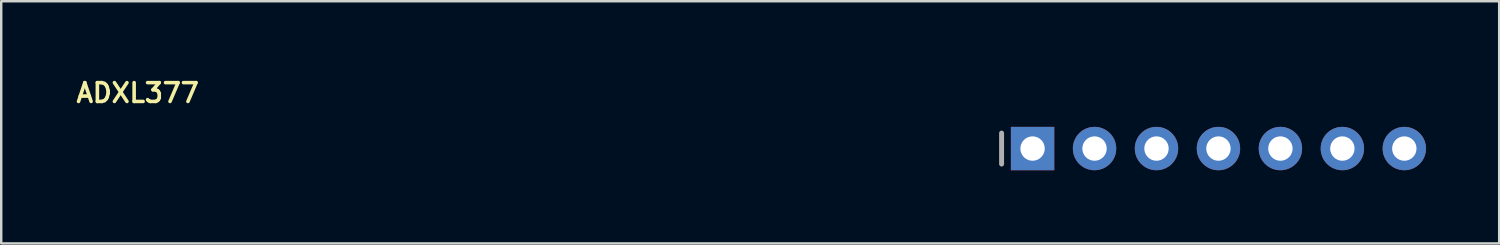
<source format=kicad_pcb>
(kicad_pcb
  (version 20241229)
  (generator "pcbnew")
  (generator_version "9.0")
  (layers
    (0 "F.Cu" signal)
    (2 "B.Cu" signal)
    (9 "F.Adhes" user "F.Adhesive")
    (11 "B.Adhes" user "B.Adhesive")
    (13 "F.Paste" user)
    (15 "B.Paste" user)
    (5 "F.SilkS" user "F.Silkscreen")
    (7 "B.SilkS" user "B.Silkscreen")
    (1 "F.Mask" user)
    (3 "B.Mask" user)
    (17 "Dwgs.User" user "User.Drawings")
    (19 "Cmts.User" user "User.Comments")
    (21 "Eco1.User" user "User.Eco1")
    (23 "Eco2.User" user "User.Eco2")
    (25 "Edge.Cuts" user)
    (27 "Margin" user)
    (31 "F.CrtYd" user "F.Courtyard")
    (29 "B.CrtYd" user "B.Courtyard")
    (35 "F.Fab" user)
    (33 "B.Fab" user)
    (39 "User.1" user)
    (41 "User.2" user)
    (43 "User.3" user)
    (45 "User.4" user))
  (footprint "ADXL377"
    (layer "F.Cu")
    (at 46.901 3.04)
    (property "Reference" "ADXL377" (at -46.901 -1.829 0) (layer "F.SilkS") (effects (font (size 0.772 0.772) (thickness 0.146)) (justify left bottom)))
    (attr through_hole)
    (fp_line (start -8.89 -0.635) (end -8.89 0.635) (stroke (width 0.203) (type solid)) (layer "F.Fab"))
    (fp_poly (pts (xy -7.874 0.254) (xy -7.366 0.254) (xy -7.366 -0.254) (xy -7.874 -0.254)) (stroke (width 0.1) (type solid)) (fill no) (layer "F.Fab"))
    (fp_poly (pts (xy -5.334 0.254) (xy -4.826 0.254) (xy -4.826 -0.254) (xy -5.334 -0.254)) (stroke (width 0.1) (type solid)) (fill no) (layer "F.Fab"))
    (fp_poly (pts (xy -2.794 0.254) (xy -2.286 0.254) (xy -2.286 -0.254) (xy -2.794 -0.254)) (stroke (width 0.1) (type solid)) (fill no) (layer "F.Fab"))
    (fp_poly (pts (xy -0.254 0.254) (xy 0.254 0.254) (xy 0.254 -0.254) (xy -0.254 -0.254)) (stroke (width 0.1) (type solid)) (fill no) (layer "F.Fab"))
    (fp_poly (pts (xy 2.286 0.254) (xy 2.794 0.254) (xy 2.794 -0.254) (xy 2.286 -0.254)) (stroke (width 0.1) (type solid)) (fill no) (layer "F.Fab"))
    (fp_poly (pts (xy 4.826 0.254) (xy 5.334 0.254) (xy 5.334 -0.254) (xy 4.826 -0.254)) (stroke (width 0.1) (type solid)) (fill no) (layer "F.Fab"))
    (fp_poly (pts (xy 7.366 0.254) (xy 7.874 0.254) (xy 7.874 -0.254) (xy 7.366 -0.254)) (stroke (width 0.1) (type solid)) (fill no) (layer "F.Fab"))
    (pad "1" thru_hole rect (at -7.62 0 90) (size 1.778 1.778) (drill 1) (layers "*.Cu" "*.Mask"))
    (pad "2" thru_hole circle (at -5.08 0 90) (size 1.778 1.778) (drill 1) (layers "*.Cu" "*.Mask"))
    (pad "3" thru_hole circle (at -2.54 0 90) (size 1.778 1.778) (drill 1) (layers "*.Cu" "*.Mask"))
    (pad "4" thru_hole circle (at 0 0 90) (size 1.778 1.778) (drill 1) (layers "*.Cu" "*.Mask"))
    (pad "5" thru_hole circle (at 2.54 0 90) (size 1.778 1.778) (drill 1) (layers "*.Cu" "*.Mask"))
    (pad "6" thru_hole circle (at 5.08 0 90) (size 1.778 1.778) (drill 1) (layers "*.Cu" "*.Mask"))
    (pad "7" thru_hole circle (at 7.62 0 90) (size 1.778 1.778) (drill 1) (layers "*.Cu" "*.Mask")))
  (gr_rect
    (start -3 -3)
    (end 58.41 6.929)
    (stroke (width 0.1) (type default))
    (fill no)
    (layer "Edge.Cuts")))
</source>
